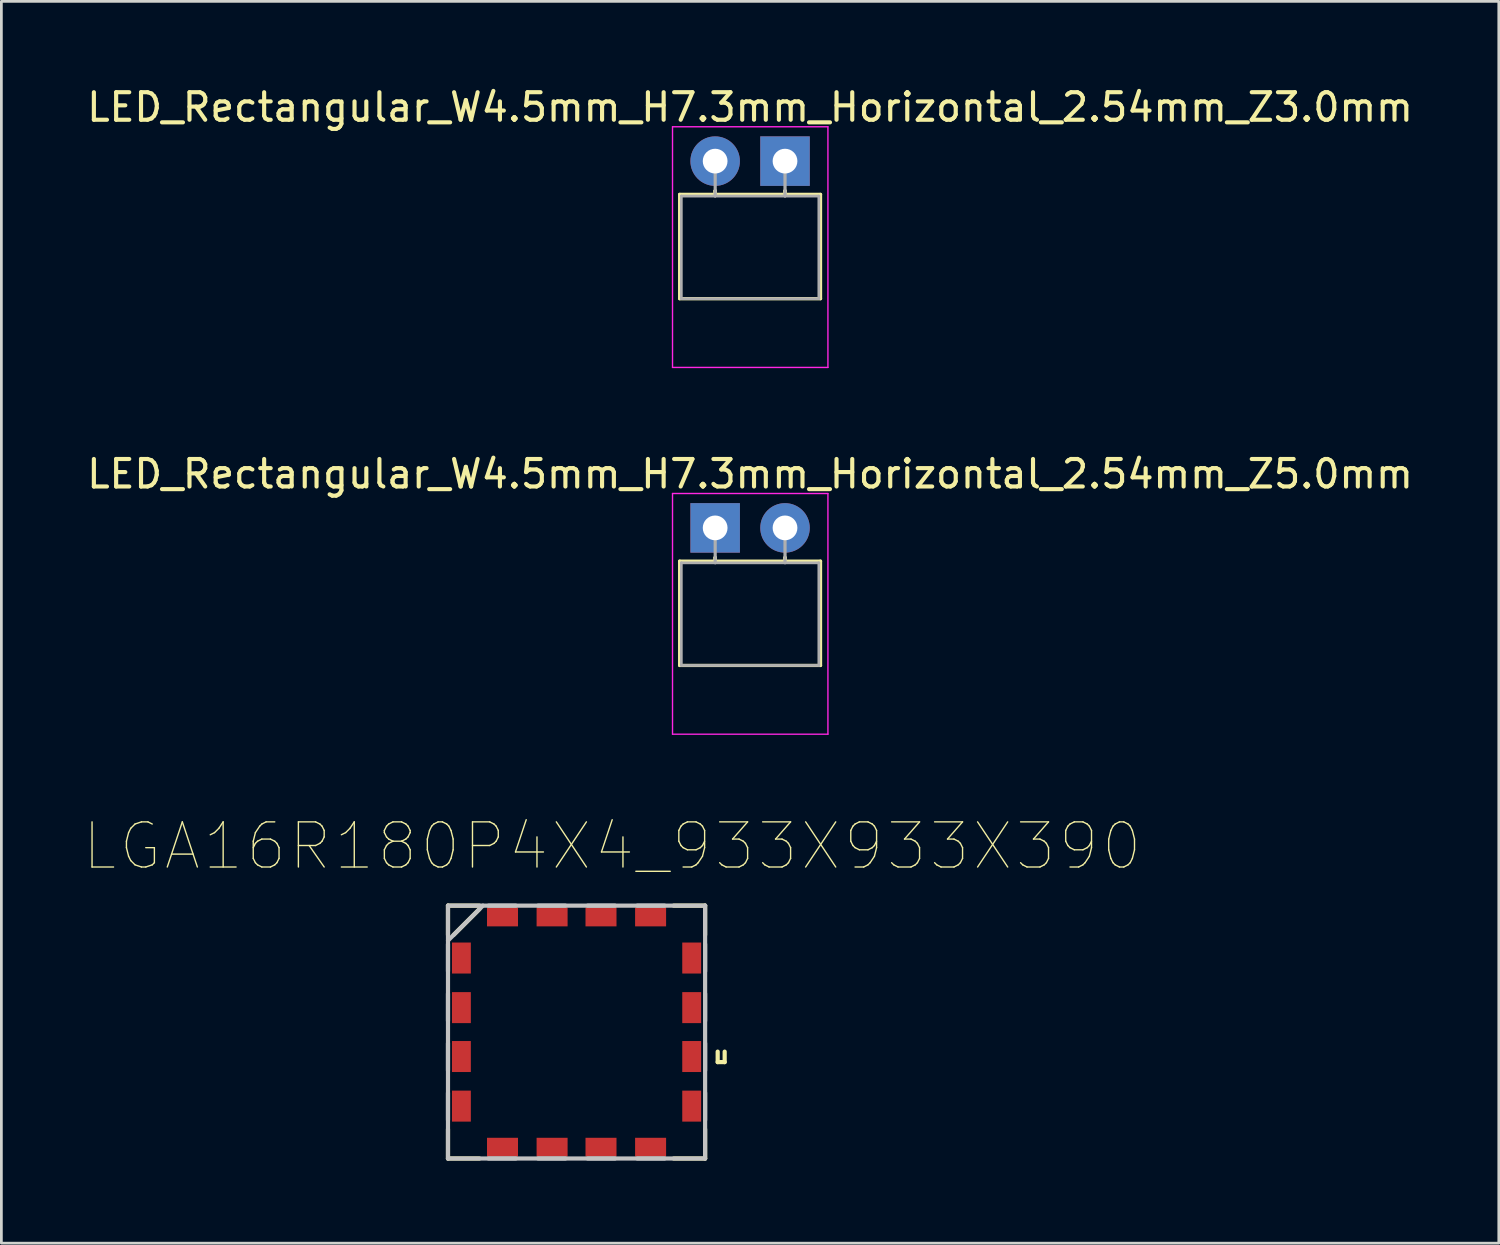
<source format=kicad_pcb>
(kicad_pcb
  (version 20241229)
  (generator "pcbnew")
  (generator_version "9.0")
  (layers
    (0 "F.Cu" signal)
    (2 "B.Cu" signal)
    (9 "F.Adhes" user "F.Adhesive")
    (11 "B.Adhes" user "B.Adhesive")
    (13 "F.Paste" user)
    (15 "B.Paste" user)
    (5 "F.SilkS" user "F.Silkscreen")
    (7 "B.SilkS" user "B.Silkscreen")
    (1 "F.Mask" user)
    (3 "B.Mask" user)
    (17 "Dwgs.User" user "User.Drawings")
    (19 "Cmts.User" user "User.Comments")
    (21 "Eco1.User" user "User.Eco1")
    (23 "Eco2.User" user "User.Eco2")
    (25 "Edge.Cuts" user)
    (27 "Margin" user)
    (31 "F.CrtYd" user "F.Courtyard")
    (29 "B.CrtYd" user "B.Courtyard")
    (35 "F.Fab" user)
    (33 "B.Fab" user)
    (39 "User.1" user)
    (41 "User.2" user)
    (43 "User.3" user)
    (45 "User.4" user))
  (footprint "LED_Rectangular_W4.5mm_H7.3mm_Horizontal_2.54mm_Z3.0mm"
    (layer "F.Cu")
    (at 22.95 2.808)
    (property "Reference" "LED_Rectangular_W4.5mm_H7.3mm_Horizontal_2.54mm_Z3.0mm" (at 1.27 -1.96 0) (layer "F.SilkS") (effects (font (size 1 1) (thickness 0.15))))
    (attr through_hole)
    (fp_line (start -1.29 1.21) (end -1.29 5) (stroke (width 0.12) (type solid)) (layer "F.SilkS"))
    (fp_line (start -1.29 5) (end 3.83 5) (stroke (width 0.12) (type solid)) (layer "F.SilkS"))
    (fp_line (start 0 1.08) (end 0 1.08) (stroke (width 0.12) (type solid)) (layer "F.SilkS"))
    (fp_line (start 0 1.08) (end 0 1.21) (stroke (width 0.12) (type solid)) (layer "F.SilkS"))
    (fp_line (start 0 1.21) (end 0 1.08) (stroke (width 0.12) (type solid)) (layer "F.SilkS"))
    (fp_line (start 0 1.21) (end 0 1.21) (stroke (width 0.12) (type solid)) (layer "F.SilkS"))
    (fp_line (start 2.54 1.08) (end 2.54 1.08) (stroke (width 0.12) (type solid)) (layer "F.SilkS"))
    (fp_line (start 2.54 1.08) (end 2.54 1.21) (stroke (width 0.12) (type solid)) (layer "F.SilkS"))
    (fp_line (start 2.54 1.21) (end 2.54 1.08) (stroke (width 0.12) (type solid)) (layer "F.SilkS"))
    (fp_line (start 2.54 1.21) (end 2.54 1.21) (stroke (width 0.12) (type solid)) (layer "F.SilkS"))
    (fp_line (start 3.83 1.21) (end -1.29 1.21) (stroke (width 0.12) (type solid)) (layer "F.SilkS"))
    (fp_line (start 3.83 5) (end 3.83 1.21) (stroke (width 0.12) (type solid)) (layer "F.SilkS"))
    (fp_line (start -1.55 -1.25) (end -1.55 7.5) (stroke (width 0.05) (type solid)) (layer "F.CrtYd"))
    (fp_line (start -1.55 7.5) (end 4.1 7.5) (stroke (width 0.05) (type solid)) (layer "F.CrtYd"))
    (fp_line (start 4.1 -1.25) (end -1.55 -1.25) (stroke (width 0.05) (type solid)) (layer "F.CrtYd"))
    (fp_line (start 4.1 7.5) (end 4.1 -1.25) (stroke (width 0.05) (type solid)) (layer "F.CrtYd"))
    (fp_line (start -1.23 1.27) (end -1.23 5) (stroke (width 0.1) (type solid)) (layer "F.Fab"))
    (fp_line (start -1.23 5) (end 3.77 5) (stroke (width 0.1) (type solid)) (layer "F.Fab"))
    (fp_line (start 0 0) (end 0 0) (stroke (width 0.1) (type solid)) (layer "F.Fab"))
    (fp_line (start 0 0) (end 0 1.27) (stroke (width 0.1) (type solid)) (layer "F.Fab"))
    (fp_line (start 0 1.27) (end 0 0) (stroke (width 0.1) (type solid)) (layer "F.Fab"))
    (fp_line (start 0 1.27) (end 0 1.27) (stroke (width 0.1) (type solid)) (layer "F.Fab"))
    (fp_line (start 2.54 0) (end 2.54 0) (stroke (width 0.1) (type solid)) (layer "F.Fab"))
    (fp_line (start 2.54 0) (end 2.54 1.27) (stroke (width 0.1) (type solid)) (layer "F.Fab"))
    (fp_line (start 2.54 1.27) (end 2.54 0) (stroke (width 0.1) (type solid)) (layer "F.Fab"))
    (fp_line (start 2.54 1.27) (end 2.54 1.27) (stroke (width 0.1) (type solid)) (layer "F.Fab"))
    (fp_line (start 3.77 1.27) (end -1.23 1.27) (stroke (width 0.1) (type solid)) (layer "F.Fab"))
    (fp_line (start 3.77 5) (end 3.77 1.27) (stroke (width 0.1) (type solid)) (layer "F.Fab"))
    (pad "1" thru_hole rect (at 2.54 0) (size 1.8 1.8) (drill 0.9) (layers "*.Cu" "*.Mask"))
    (pad "2" thru_hole circle (at 0 0) (size 1.8 1.8) (drill 0.9) (layers "*.Cu" "*.Mask")))
  (footprint "LGA16R180P4X4_933X933X390"
    (layer "F.Cu")
    (at 17.911 34.472)
    (property "Reference" "LGA16R180P4X4_933X933X390" (at 1.296 -6.758 0) (layer "F.SilkS") (effects (font (size 1.641 1.641) (thickness 0.05))))
    (attr smd)
    (fp_line (start -4.674 -4.597) (end -4.674 -3.531) (stroke (width 0.152) (type solid)) (layer "F.SilkS"))
    (fp_line (start -4.674 3.531) (end -4.674 4.597) (stroke (width 0.152) (type solid)) (layer "F.SilkS"))
    (fp_line (start -4.674 4.597) (end -3.531 4.597) (stroke (width 0.152) (type solid)) (layer "F.SilkS"))
    (fp_line (start -4.47 -3.531) (end -3.531 -4.47) (stroke (width 0.152) (type solid)) (layer "F.SilkS"))
    (fp_line (start -3.531 -4.597) (end -4.674 -4.597) (stroke (width 0.152) (type solid)) (layer "F.SilkS"))
    (fp_line (start 3.531 4.597) (end 4.674 4.597) (stroke (width 0.152) (type solid)) (layer "F.SilkS"))
    (fp_line (start 4.674 -4.597) (end 3.531 -4.597) (stroke (width 0.152) (type solid)) (layer "F.SilkS"))
    (fp_line (start 4.674 -3.531) (end 4.674 -4.597) (stroke (width 0.152) (type solid)) (layer "F.SilkS"))
    (fp_line (start 4.674 4.597) (end 4.674 3.531) (stroke (width 0.152) (type solid)) (layer "F.SilkS"))
    (fp_line (start 5.131 1.092) (end 5.131 0.711) (stroke (width 0.152) (type solid)) (layer "F.SilkS"))
    (fp_line (start 5.385 0.711) (end 5.385 1.092) (stroke (width 0.152) (type solid)) (layer "F.SilkS"))
    (fp_line (start 5.385 1.092) (end 5.131 1.092) (stroke (width 0.152) (type solid)) (layer "F.SilkS"))
    (fp_line (start -4.674 -4.597) (end -4.674 4.597) (stroke (width 0.152) (type solid)) (layer "Dwgs.User"))
    (fp_line (start -4.674 -3.327) (end -3.404 -4.597) (stroke (width 0.152) (type solid)) (layer "Dwgs.User"))
    (fp_line (start -4.674 -3.2) (end -4.674 -2.21) (stroke (width 0.152) (type solid)) (layer "Dwgs.User"))
    (fp_line (start -4.674 -1.397) (end -4.674 -0.406) (stroke (width 0.152) (type solid)) (layer "Dwgs.User"))
    (fp_line (start -4.674 0.406) (end -4.674 1.397) (stroke (width 0.152) (type solid)) (layer "Dwgs.User"))
    (fp_line (start -4.674 2.21) (end -4.674 3.2) (stroke (width 0.152) (type solid)) (layer "Dwgs.User"))
    (fp_line (start -4.674 4.597) (end 4.674 4.597) (stroke (width 0.152) (type solid)) (layer "Dwgs.User"))
    (fp_line (start -3.2 4.597) (end -2.21 4.597) (stroke (width 0.152) (type solid)) (layer "Dwgs.User"))
    (fp_line (start -2.21 -4.597) (end -3.2 -4.597) (stroke (width 0.152) (type solid)) (layer "Dwgs.User"))
    (fp_line (start -1.397 4.597) (end -0.406 4.597) (stroke (width 0.152) (type solid)) (layer "Dwgs.User"))
    (fp_line (start -0.406 -4.597) (end -1.397 -4.597) (stroke (width 0.152) (type solid)) (layer "Dwgs.User"))
    (fp_line (start 0.406 4.597) (end 1.397 4.597) (stroke (width 0.152) (type solid)) (layer "Dwgs.User"))
    (fp_line (start 1.397 -4.597) (end 0.406 -4.597) (stroke (width 0.152) (type solid)) (layer "Dwgs.User"))
    (fp_line (start 2.21 4.597) (end 3.2 4.597) (stroke (width 0.152) (type solid)) (layer "Dwgs.User"))
    (fp_line (start 3.2 -4.597) (end 2.21 -4.597) (stroke (width 0.152) (type solid)) (layer "Dwgs.User"))
    (fp_line (start 4.674 -4.597) (end -4.674 -4.597) (stroke (width 0.152) (type solid)) (layer "Dwgs.User"))
    (fp_line (start 4.674 -2.21) (end 4.674 -3.2) (stroke (width 0.152) (type solid)) (layer "Dwgs.User"))
    (fp_line (start 4.674 -0.406) (end 4.674 -1.397) (stroke (width 0.152) (type solid)) (layer "Dwgs.User"))
    (fp_line (start 4.674 1.397) (end 4.674 0.406) (stroke (width 0.152) (type solid)) (layer "Dwgs.User"))
    (fp_line (start 4.674 3.2) (end 4.674 2.21) (stroke (width 0.152) (type solid)) (layer "Dwgs.User"))
    (fp_line (start 4.674 4.597) (end 4.674 -4.597) (stroke (width 0.152) (type solid)) (layer "Dwgs.User"))
    (pad "1" smd rect (at -4.186 -2.692 270) (size 1.127 0.686) (layers "F.Cu" "F.Mask" "F.Paste"))
    (pad "2" smd rect (at -4.186 -0.889 270) (size 1.127 0.686) (layers "F.Cu" "F.Mask" "F.Paste"))
    (pad "3" smd rect (at -4.186 0.889 270) (size 1.127 0.686) (layers "F.Cu" "F.Mask" "F.Paste"))
    (pad "4" smd rect (at -4.186 2.692 270) (size 1.127 0.686) (layers "F.Cu" "F.Mask" "F.Paste"))
    (pad "5" smd rect (at -2.692 4.186 180) (size 1.127 0.686) (layers "F.Cu" "F.Mask" "F.Paste"))
    (pad "6" smd rect (at -0.889 4.186 180) (size 1.127 0.686) (layers "F.Cu" "F.Mask" "F.Paste"))
    (pad "7" smd rect (at 0.889 4.186 180) (size 1.127 0.686) (layers "F.Cu" "F.Mask" "F.Paste"))
    (pad "8" smd rect (at 2.692 4.186 180) (size 1.127 0.686) (layers "F.Cu" "F.Mask" "F.Paste"))
    (pad "9" smd rect (at 4.186 2.692 270) (size 1.127 0.686) (layers "F.Cu" "F.Mask" "F.Paste"))
    (pad "10" smd rect (at 4.186 0.889 270) (size 1.127 0.686) (layers "F.Cu" "F.Mask" "F.Paste"))
    (pad "11" smd rect (at 4.186 -0.889 270) (size 1.127 0.686) (layers "F.Cu" "F.Mask" "F.Paste"))
    (pad "12" smd rect (at 4.186 -2.692 270) (size 1.127 0.686) (layers "F.Cu" "F.Mask" "F.Paste"))
    (pad "13" smd rect (at 2.692 -4.186 180) (size 1.127 0.686) (layers "F.Cu" "F.Mask" "F.Paste"))
    (pad "14" smd rect (at 0.889 -4.186 180) (size 1.127 0.686) (layers "F.Cu" "F.Mask" "F.Paste"))
    (pad "15" smd rect (at -0.889 -4.186 180) (size 1.127 0.686) (layers "F.Cu" "F.Mask" "F.Paste"))
    (pad "16" smd rect (at -2.692 -4.186 180) (size 1.127 0.686) (layers "F.Cu" "F.Mask" "F.Paste")))
  (footprint "LED_Rectangular_W4.5mm_H7.3mm_Horizontal_2.54mm_Z5.0mm"
    (layer "F.Cu")
    (at 22.95 16.142)
    (property "Reference" "LED_Rectangular_W4.5mm_H7.3mm_Horizontal_2.54mm_Z5.0mm" (at 1.27 -1.96 0) (layer "F.SilkS") (effects (font (size 1 1) (thickness 0.15))))
    (attr through_hole)
    (fp_line (start -1.29 1.21) (end -1.29 5) (stroke (width 0.12) (type solid)) (layer "F.SilkS"))
    (fp_line (start -1.29 5) (end 3.83 5) (stroke (width 0.12) (type solid)) (layer "F.SilkS"))
    (fp_line (start 0 1.08) (end 0 1.08) (stroke (width 0.12) (type solid)) (layer "F.SilkS"))
    (fp_line (start 0 1.08) (end 0 1.21) (stroke (width 0.12) (type solid)) (layer "F.SilkS"))
    (fp_line (start 0 1.21) (end 0 1.08) (stroke (width 0.12) (type solid)) (layer "F.SilkS"))
    (fp_line (start 0 1.21) (end 0 1.21) (stroke (width 0.12) (type solid)) (layer "F.SilkS"))
    (fp_line (start 2.54 1.08) (end 2.54 1.08) (stroke (width 0.12) (type solid)) (layer "F.SilkS"))
    (fp_line (start 2.54 1.08) (end 2.54 1.21) (stroke (width 0.12) (type solid)) (layer "F.SilkS"))
    (fp_line (start 2.54 1.21) (end 2.54 1.08) (stroke (width 0.12) (type solid)) (layer "F.SilkS"))
    (fp_line (start 2.54 1.21) (end 2.54 1.21) (stroke (width 0.12) (type solid)) (layer "F.SilkS"))
    (fp_line (start 3.83 1.21) (end -1.29 1.21) (stroke (width 0.12) (type solid)) (layer "F.SilkS"))
    (fp_line (start 3.83 5) (end 3.83 1.21) (stroke (width 0.12) (type solid)) (layer "F.SilkS"))
    (fp_line (start -1.55 -1.25) (end -1.55 7.5) (stroke (width 0.05) (type solid)) (layer "F.CrtYd"))
    (fp_line (start -1.55 7.5) (end 4.1 7.5) (stroke (width 0.05) (type solid)) (layer "F.CrtYd"))
    (fp_line (start 4.1 -1.25) (end -1.55 -1.25) (stroke (width 0.05) (type solid)) (layer "F.CrtYd"))
    (fp_line (start 4.1 7.5) (end 4.1 -1.25) (stroke (width 0.05) (type solid)) (layer "F.CrtYd"))
    (fp_line (start -1.23 1.27) (end -1.23 5) (stroke (width 0.1) (type solid)) (layer "F.Fab"))
    (fp_line (start -1.23 5) (end 3.77 5) (stroke (width 0.1) (type solid)) (layer "F.Fab"))
    (fp_line (start 0 0) (end 0 0) (stroke (width 0.1) (type solid)) (layer "F.Fab"))
    (fp_line (start 0 0) (end 0 1.27) (stroke (width 0.1) (type solid)) (layer "F.Fab"))
    (fp_line (start 0 1.27) (end 0 0) (stroke (width 0.1) (type solid)) (layer "F.Fab"))
    (fp_line (start 0 1.27) (end 0 1.27) (stroke (width 0.1) (type solid)) (layer "F.Fab"))
    (fp_line (start 2.54 0) (end 2.54 0) (stroke (width 0.1) (type solid)) (layer "F.Fab"))
    (fp_line (start 2.54 0) (end 2.54 1.27) (stroke (width 0.1) (type solid)) (layer "F.Fab"))
    (fp_line (start 2.54 1.27) (end 2.54 0) (stroke (width 0.1) (type solid)) (layer "F.Fab"))
    (fp_line (start 2.54 1.27) (end 2.54 1.27) (stroke (width 0.1) (type solid)) (layer "F.Fab"))
    (fp_line (start 3.77 1.27) (end -1.23 1.27) (stroke (width 0.1) (type solid)) (layer "F.Fab"))
    (fp_line (start 3.77 5) (end 3.77 1.27) (stroke (width 0.1) (type solid)) (layer "F.Fab"))
    (pad "1" thru_hole rect (at 0 0) (size 1.8 1.8) (drill 0.9) (layers "*.Cu" "*.Mask"))
    (pad "2" thru_hole circle (at 2.54 0) (size 1.8 1.8) (drill 0.9) (layers "*.Cu" "*.Mask")))
  (gr_rect
    (start -3 -3)
    (end 51.44 42.146)
    (stroke (width 0.1) (type default))
    (fill no)
    (layer "Edge.Cuts")))
</source>
